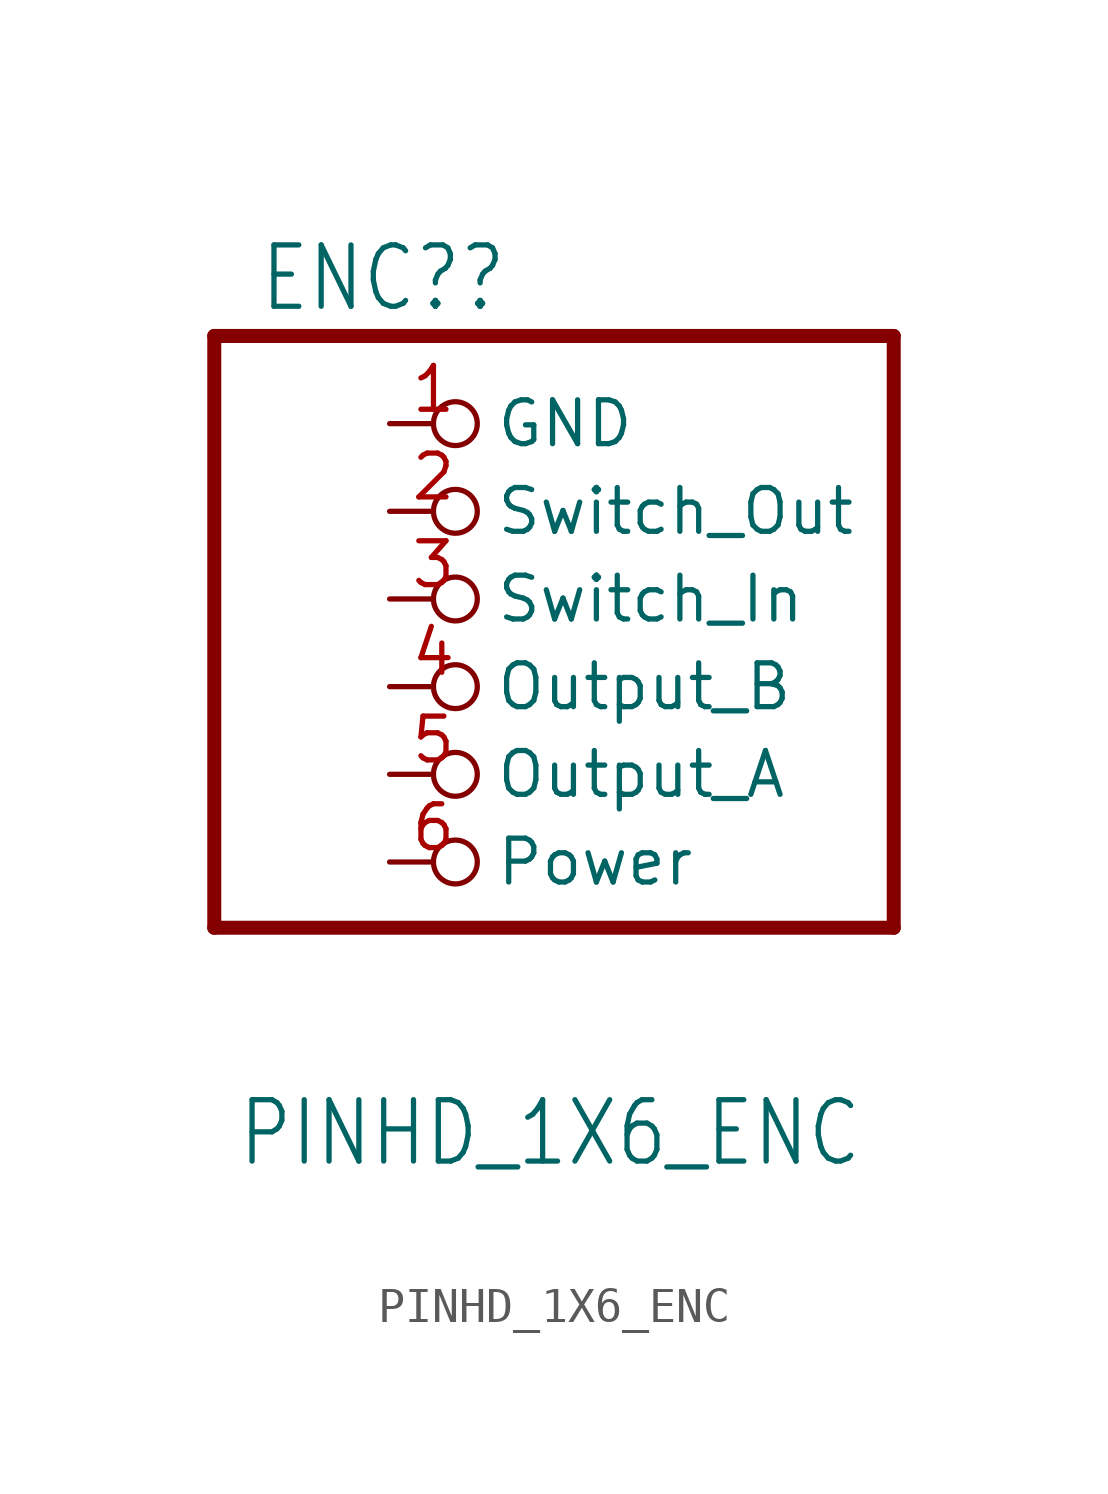
<source format=kicad_sym>
(kicad_symbol_lib
  (version 20211014)
  (generator kicad_symbol_editor)
  (symbol "PINHD_1X6_ENC"
    (property "Reference" "ENC?"
      (at -6.35 5.715 0)
      (effects (font (size 1.778 1.511)) (justify left bottom)))
    (property "Value" "PINHD_1X6_ENC"
      (at -6.985 -19.05 0)
      (effects (font (size 1.778 1.511)) (justify left bottom)))
    (property "ki_locked" ""
      (at 0 0 0)
      (effects (font (size 1.27 1.27))))
    (symbol "PINHD_1X6_ENC_1_0"
      (polyline (pts (xy -7.62 -12.065) (xy 12.065 -12.065)) (stroke (width 0.406) (type default) (color 0 0 0 0)) (fill (type none)))
      (polyline (pts (xy -7.62 5.08) (xy -7.62 -12.065)) (stroke (width 0.406) (type default) (color 0 0 0 0)) (fill (type none)))
      (polyline (pts (xy 12.065 -12.065) (xy 12.065 5.08)) (stroke (width 0.406) (type default) (color 0 0 0 0)) (fill (type none)))
      (polyline (pts (xy 12.065 5.08) (xy -7.62 5.08)) (stroke (width 0.406) (type default) (color 0 0 0 0)) (fill (type none)))
      (pin free inverted (at -2.54 2.54 0) (length 2.54) (name "GND" (effects (font (size 1.27 1.27)))) (number "1" (effects (font (size 1.27 1.27)))))
      (pin free inverted (at -2.54 0 0) (length 2.54) (name "Switch_Out" (effects (font (size 1.27 1.27)))) (number "2" (effects (font (size 1.27 1.27)))))
      (pin free inverted (at -2.54 -2.54 0) (length 2.54) (name "Switch_In" (effects (font (size 1.27 1.27)))) (number "3" (effects (font (size 1.27 1.27)))))
      (pin free inverted (at -2.54 -5.08 0) (length 2.54) (name "Output_B" (effects (font (size 1.27 1.27)))) (number "4" (effects (font (size 1.27 1.27)))))
      (pin free inverted (at -2.54 -7.62 0) (length 2.54) (name "Output_A" (effects (font (size 1.27 1.27)))) (number "5" (effects (font (size 1.27 1.27)))))
      (pin free inverted (at -2.54 -10.16 0) (length 2.54) (name "Power" (effects (font (size 1.27 1.27)))) (number "6" (effects (font (size 1.27 1.27))))))))
</source>
